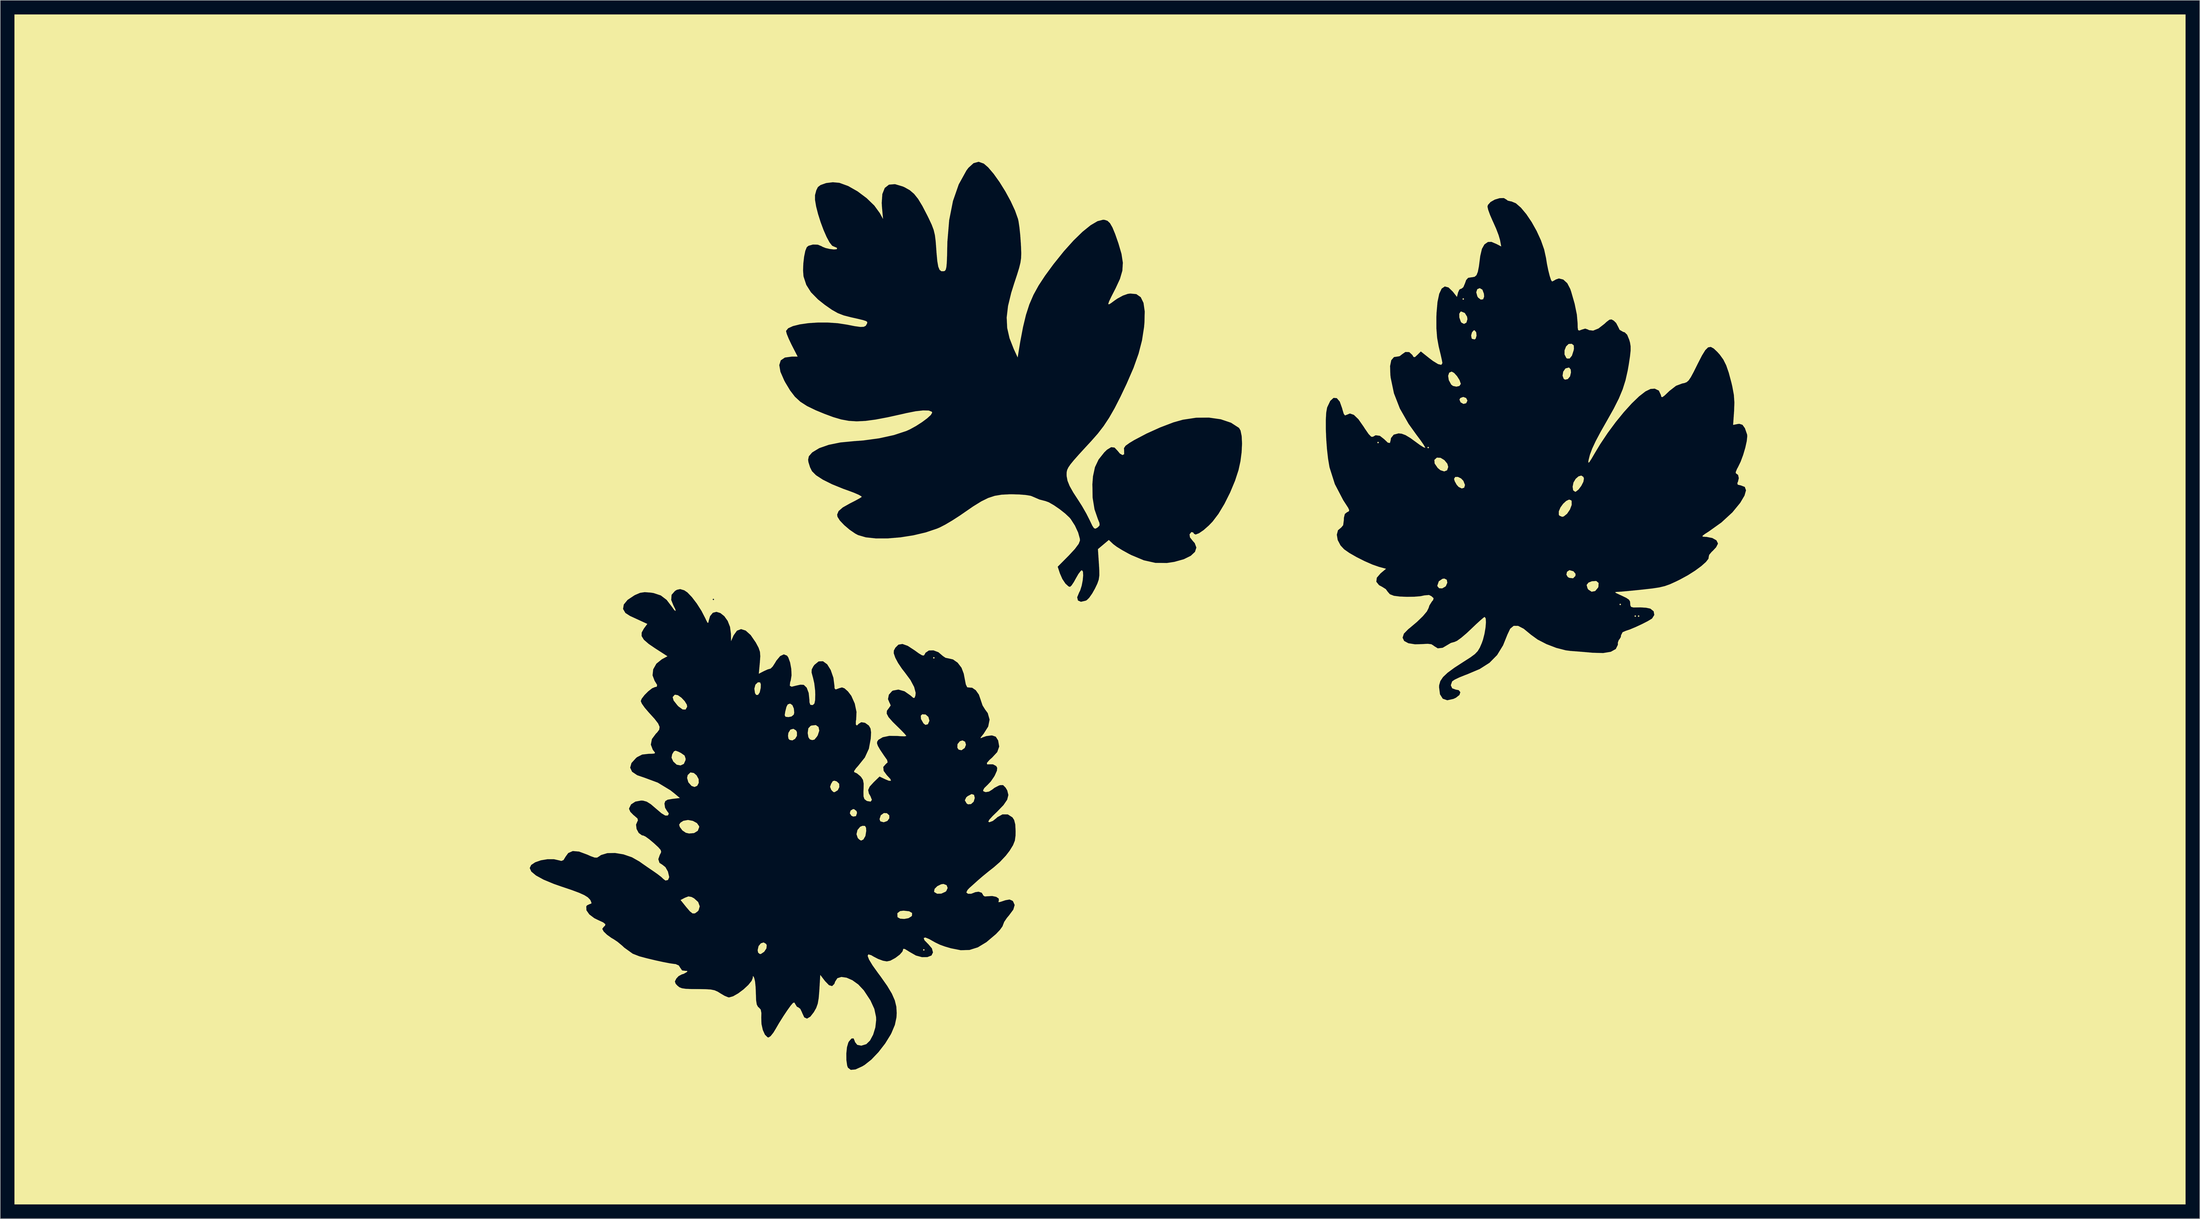
<source format=kicad_pcb>
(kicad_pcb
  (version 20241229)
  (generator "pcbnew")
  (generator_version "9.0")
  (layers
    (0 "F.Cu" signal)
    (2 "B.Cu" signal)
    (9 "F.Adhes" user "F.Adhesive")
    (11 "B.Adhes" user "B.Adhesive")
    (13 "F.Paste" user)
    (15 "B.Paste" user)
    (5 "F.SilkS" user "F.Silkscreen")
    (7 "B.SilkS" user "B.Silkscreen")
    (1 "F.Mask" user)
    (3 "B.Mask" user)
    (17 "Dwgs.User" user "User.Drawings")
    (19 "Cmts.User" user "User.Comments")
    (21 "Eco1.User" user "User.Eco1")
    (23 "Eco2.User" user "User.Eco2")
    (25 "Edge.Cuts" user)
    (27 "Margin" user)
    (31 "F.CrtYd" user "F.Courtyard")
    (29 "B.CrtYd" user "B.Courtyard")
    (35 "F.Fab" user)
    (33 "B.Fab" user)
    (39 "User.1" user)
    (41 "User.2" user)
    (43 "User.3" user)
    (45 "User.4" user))
  (footprint "Leafboard-Proto"
    (layer "F.Cu")
    (at 229.311 125.594)
    (property "Reference" "Leafboard-Proto" (at 0 0 0) (layer "F.SilkS") (effects (font (size 1.524 1.524) (thickness 0.3))))
    (attr through_hole)
    (fp_poly (pts (xy -37.042 72.143) (xy -37.218 72.319) (xy -37.394 72.143) (xy -37.218 71.967) (xy -37.042 72.143)) (stroke (width 0.01) (type solid)) (fill yes) (layer "F.SilkS"))
    (fp_poly (pts (xy -34.925 10.407) (xy -35.101 10.583) (xy -35.278 10.407) (xy -35.101 10.231) (xy -34.925 10.407)) (stroke (width 0.01) (type solid)) (fill yes) (layer "F.SilkS"))
    (fp_poly (pts (xy 58.914 -35.101) (xy 58.737 -34.925) (xy 58.561 -35.101) (xy 58.737 -35.278) (xy 58.914 -35.101)) (stroke (width 0.01) (type solid)) (fill yes) (layer "F.SilkS"))
    (fp_poly (pts (xy 69.497 -34.043) (xy 69.321 -33.867) (xy 69.144 -34.043) (xy 69.321 -34.219) (xy 69.497 -34.043)) (stroke (width 0.01) (type solid)) (fill yes) (layer "F.SilkS"))
    (fp_poly (pts (xy 76.906 -65.44) (xy 76.729 -65.264) (xy 76.553 -65.44) (xy 76.729 -65.617) (xy 76.906 -65.44)) (stroke (width 0.01) (type solid)) (fill yes) (layer "F.SilkS"))
    (fp_poly (pts (xy 110.067 -0.882) (xy 109.89 -0.706) (xy 109.714 -0.882) (xy 109.89 -1.058) (xy 110.067 -0.882)) (stroke (width 0.01) (type solid)) (fill yes) (layer "F.SilkS"))
    (fp_poly (pts (xy 113.242 1.587) (xy 113.065 1.764) (xy 112.889 1.587) (xy 113.065 1.411) (xy 113.242 1.587)) (stroke (width 0.01) (type solid)) (fill yes) (layer "F.SilkS"))
    (fp_poly (pts (xy 113.947 1.587) (xy 113.771 1.764) (xy 113.594 1.587) (xy 113.771 1.411) (xy 113.947 1.587)) (stroke (width 0.01) (type solid)) (fill yes) (layer "F.SilkS"))
    (fp_poly (pts (xy -51.948 42.4) (xy -51.433 42.8) (xy -51.329 43.191) (xy -51.55 43.862) (xy -52.134 43.959) (xy -52.527 43.774) (xy -52.843 43.266) (xy -52.685 42.703) (xy -52.182 42.392) (xy -51.948 42.4)) (stroke (width 0.01) (type solid)) (fill yes) (layer "F.SilkS"))
    (fp_poly (pts (xy -28.5 28.145) (xy -28.315 28.775) (xy -28.579 29.461) (xy -29.257 29.94) (xy -29.865 29.809) (xy -30.131 29.412) (xy -30.102 28.657) (xy -29.606 28.046) (xy -29.05 27.869) (xy -28.5 28.145)) (stroke (width 0.01) (type solid)) (fill yes) (layer "F.SilkS"))
    (fp_poly (pts (xy 77.338 -44.509) (xy 77.611 -43.97) (xy 77.35 -43.414) (xy 76.769 -43.265) (xy 76.172 -43.602) (xy 76.17 -43.604) (xy 75.928 -44.182) (xy 76.121 -44.512) (xy 76.727 -44.735) (xy 77.338 -44.509)) (stroke (width 0.01) (type solid)) (fill yes) (layer "F.SilkS"))
    (fp_poly (pts (xy -45.024 43.247) (xy -44.52 43.707) (xy -44.515 44.332) (xy -44.924 44.892) (xy -45.662 45.154) (xy -45.722 45.156) (xy -46.404 44.965) (xy -46.567 44.493) (xy -46.301 43.686) (xy -45.664 43.226) (xy -45.024 43.247)) (stroke (width 0.01) (type solid)) (fill yes) (layer "F.SilkS"))
    (fp_poly (pts (xy -36.838 22.388) (xy -36.254 22.903) (xy -36.045 23.671) (xy -36.055 23.754) (xy -36.362 24.445) (xy -36.878 24.578) (xy -37.287 24.265) (xy -37.811 23.347) (xy -37.856 22.644) (xy -37.56 22.349) (xy -36.838 22.388)) (stroke (width 0.01) (type solid)) (fill yes) (layer "F.SilkS"))
    (fp_poly (pts (xy -26.613 39.374) (xy -26.458 40.028) (xy -26.69 40.818) (xy -27.237 41.316) (xy -27.88 41.372) (xy -28.168 41.188) (xy -28.549 40.531) (xy -28.257 39.908) (xy -27.958 39.649) (xy -27.125 39.21) (xy -26.613 39.374)) (stroke (width 0.01) (type solid)) (fill yes) (layer "F.SilkS"))
    (fp_poly (pts (xy 79.464 -58.398) (xy 79.535 -57.693) (xy 79.353 -57.07) (xy 79.143 -56.896) (xy 78.607 -57.014) (xy 78.503 -57.135) (xy 78.397 -57.73) (xy 78.577 -58.386) (xy 78.928 -58.799) (xy 79.14 -58.816) (xy 79.464 -58.398)) (stroke (width 0.01) (type solid)) (fill yes) (layer "F.SilkS"))
    (fp_poly (pts (xy 80.767 -67.415) (xy 81.09 -66.56) (xy 81.139 -65.941) (xy 80.926 -65.383) (xy 80.435 -65.318) (xy 79.882 -65.735) (xy 79.713 -65.997) (xy 79.478 -66.859) (xy 79.69 -67.509) (xy 80.208 -67.733) (xy 80.767 -67.415)) (stroke (width 0.01) (type solid)) (fill yes) (layer "F.SilkS"))
    (fp_poly (pts (xy 100.008 -7.88) (xy 100.444 -7.348) (xy 100.428 -6.915) (xy 99.936 -6.409) (xy 99.148 -6.495) (xy 98.815 -6.673) (xy 98.517 -7.181) (xy 98.653 -7.776) (xy 99.127 -8.104) (xy 99.208 -8.108) (xy 100.008 -7.88)) (stroke (width 0.01) (type solid)) (fill yes) (layer "F.SilkS"))
    (fp_poly (pts (xy -85.802 34.755) (xy -85.222 35.249) (xy -84.785 36.052) (xy -84.769 36.848) (xy -85.088 37.458) (xy -85.657 37.703) (xy -86.284 37.482) (xy -86.953 36.721) (xy -87.219 35.798) (xy -87.094 35.199) (xy -86.523 34.638) (xy -85.802 34.755)) (stroke (width 0.01) (type solid)) (fill yes) (layer "F.SilkS"))
    (fp_poly (pts (xy -71.795 15.61) (xy -71.649 16.019) (xy -71.679 16.788) (xy -71.884 17.718) (xy -72.239 18.238) (xy -72.632 18.244) (xy -72.876 17.87) (xy -73.012 16.931) (xy -72.787 16.083) (xy -72.285 15.604) (xy -72.208 15.584) (xy -71.795 15.61)) (stroke (width 0.01) (type solid)) (fill yes) (layer "F.SilkS"))
    (fp_poly (pts (xy -70.542 70.88) (xy -70.408 71.136) (xy -70.466 71.822) (xy -70.936 72.534) (xy -71.598 72.983) (xy -71.845 73.025) (xy -72.212 72.726) (xy -72.319 72.214) (xy -72.12 71.339) (xy -71.638 70.759) (xy -71.053 70.572) (xy -70.542 70.88)) (stroke (width 0.01) (type solid)) (fill yes) (layer "F.SilkS"))
    (fp_poly (pts (xy -64.201 25.766) (xy -64.024 26.122) (xy -64.022 26.899) (xy -64.403 27.526) (xy -64.98 27.859) (xy -65.567 27.756) (xy -65.805 27.497) (xy -65.904 26.894) (xy -65.82 26.262) (xy -65.399 25.586) (xy -64.773 25.414) (xy -64.201 25.766)) (stroke (width 0.01) (type solid)) (fill yes) (layer "F.SilkS"))
    (fp_poly (pts (xy 71.927 -31.871) (xy 72.74 -31.382) (xy 73.359 -30.632) (xy 73.554 -29.948) (xy 73.315 -29.235) (xy 72.711 -28.998) (xy 71.913 -29.254) (xy 71.336 -29.73) (xy 70.691 -30.667) (xy 70.631 -31.425) (xy 71.155 -31.905) (xy 71.927 -31.871)) (stroke (width 0.01) (type solid)) (fill yes) (layer "F.SilkS"))
    (fp_poly (pts (xy 73.245 -6.088) (xy 73.364 -5.477) (xy 73.067 -4.783) (xy 72.954 -4.657) (xy 72.275 -4.272) (xy 71.626 -4.311) (xy 71.273 -4.738) (xy 71.261 -4.868) (xy 71.569 -5.768) (xy 72.341 -6.294) (xy 72.743 -6.35) (xy 73.245 -6.088)) (stroke (width 0.01) (type solid)) (fill yes) (layer "F.SilkS"))
    (fp_poly (pts (xy 76.271 -27.506) (xy 76.751 -27.003) (xy 77.093 -26.13) (xy 76.928 -25.561) (xy 76.422 -25.393) (xy 75.745 -25.725) (xy 75.338 -26.184) (xy 74.924 -26.931) (xy 74.789 -27.419) (xy 75.029 -27.818) (xy 75.599 -27.831) (xy 76.271 -27.506)) (stroke (width 0.01) (type solid)) (fill yes) (layer "F.SilkS"))
    (fp_poly (pts (xy 77.055 -62.483) (xy 77.533 -61.707) (xy 77.611 -61.174) (xy 77.393 -60.448) (xy 76.894 -60.179) (xy 76.35 -60.453) (xy 76.205 -60.668) (xy 75.901 -61.548) (xy 75.892 -62.327) (xy 76.167 -62.765) (xy 76.306 -62.794) (xy 77.055 -62.483)) (stroke (width 0.01) (type solid)) (fill yes) (layer "F.SilkS"))
    (fp_poly (pts (xy 99.42 -50.555) (xy 99.483 -49.93) (xy 99.286 -49.083) (xy 98.813 -48.518) (xy 98.241 -48.395) (xy 97.955 -48.566) (xy 97.711 -49.232) (xy 97.845 -50.072) (xy 98.284 -50.715) (xy 98.379 -50.775) (xy 99.072 -50.962) (xy 99.42 -50.555)) (stroke (width 0.01) (type solid)) (fill yes) (layer "F.SilkS"))
    (fp_poly (pts (xy 105.32 -5.407) (xy 105.272 -4.603) (xy 105.203 -4.435) (xy 104.597 -3.71) (xy 103.84 -3.569) (xy 103.147 -4.028) (xy 102.991 -4.271) (xy 102.793 -4.996) (xy 103.184 -5.49) (xy 103.893 -5.773) (xy 104.828 -5.831) (xy 105.32 -5.407)) (stroke (width 0.01) (type solid)) (fill yes) (layer "F.SilkS"))
    (fp_poly (pts (xy -55.591 36.55) (xy -55.105 37.028) (xy -55.066 37.727) (xy -55.4 38.397) (xy -56.033 38.783) (xy -56.254 38.806) (xy -56.534 38.574) (xy -56.779 38.299) (xy -57.018 37.669) (xy -56.809 37.064) (xy -56.453 36.481) (xy -56.096 36.38) (xy -55.591 36.55)) (stroke (width 0.01) (type solid)) (fill yes) (layer "F.SilkS"))
    (fp_poly (pts (xy -49.639 45.946) (xy -49.422 46.344) (xy -49.389 47.001) (xy -49.558 48.066) (xy -49.991 48.811) (xy -50.475 49.036) (xy -50.87 48.797) (xy -51.17 48.486) (xy -51.437 47.688) (xy -51.228 46.799) (xy -50.656 46.116) (xy -50.176 45.925) (xy -49.639 45.946)) (stroke (width 0.01) (type solid)) (fill yes) (layer "F.SilkS"))
    (fp_poly (pts (xy -40.322 63.988) (xy -39.704 64.339) (xy -39.71 64.871) (xy -39.842 65.061) (xy -40.463 65.434) (xy -41.347 65.598) (xy -42.2 65.541) (xy -42.734 65.251) (xy -42.773 65.176) (xy -42.805 64.393) (xy -42.235 63.948) (xy -41.51 63.858) (xy -40.322 63.988)) (stroke (width 0.01) (type solid)) (fill yes) (layer "F.SilkS"))
    (fp_poly (pts (xy -32.409 58.464) (xy -32.187 59.052) (xy -32.474 59.701) (xy -32.642 59.847) (xy -33.527 60.247) (xy -34.396 60.273) (xy -34.984 59.929) (xy -35.049 59.805) (xy -34.937 59.245) (xy -34.369 58.678) (xy -33.569 58.285) (xy -33.072 58.208) (xy -32.409 58.464)) (stroke (width 0.01) (type solid)) (fill yes) (layer "F.SilkS"))
    (fp_poly (pts (xy 100.067 -55.634) (xy 100.111 -54.963) (xy 100.048 -54.592) (xy 99.686 -53.466) (xy 99.197 -52.862) (xy 98.657 -52.858) (xy 98.498 -52.985) (xy 98.124 -53.721) (xy 98.135 -54.599) (xy 98.45 -55.407) (xy 98.987 -55.932) (xy 99.652 -55.967) (xy 100.067 -55.634)) (stroke (width 0.01) (type solid)) (fill yes) (layer "F.SilkS"))
    (fp_poly (pts (xy -89.172 18.31) (xy -88.436 18.827) (xy -87.74 19.559) (xy -87.281 20.306) (xy -87.209 20.75) (xy -87.545 21.336) (xy -88.169 21.315) (xy -89.023 20.695) (xy -89.258 20.455) (xy -90.065 19.433) (xy -90.27 18.718) (xy -89.882 18.262) (xy -89.749 18.204) (xy -89.172 18.31)) (stroke (width 0.01) (type solid)) (fill yes) (layer "F.SilkS"))
    (fp_poly (pts (xy -86.285 60.963) (xy -85.747 61.25) (xy -84.887 62.029) (xy -84.556 62.937) (xy -84.803 63.79) (xy -85.01 64.02) (xy -85.567 64.427) (xy -86.054 64.439) (xy -86.63 63.993) (xy -87.424 63.063) (xy -88.594 61.604) (xy -87.681 61.125) (xy -86.943 60.843) (xy -86.285 60.963)) (stroke (width 0.01) (type solid)) (fill yes) (layer "F.SilkS"))
    (fp_poly (pts (xy -64.984 20.412) (xy -64.676 21.132) (xy -64.596 21.978) (xy -64.686 22.401) (xy -65.154 22.799) (xy -65.81 22.931) (xy -66.423 22.867) (xy -66.602 22.534) (xy -66.485 21.784) (xy -66.23 20.765) (xy -65.964 20.267) (xy -65.575 20.114) (xy -65.426 20.108) (xy -64.984 20.412)) (stroke (width 0.01) (type solid)) (fill yes) (layer "F.SilkS"))
    (fp_poly (pts (xy 74.797 -49.811) (xy 75.415 -49.128) (xy 75.942 -48.292) (xy 76.197 -47.553) (xy 76.2 -47.482) (xy 75.92 -47.064) (xy 75.278 -46.919) (xy 74.568 -47.065) (xy 74.181 -47.36) (xy 73.677 -48.298) (xy 73.539 -49.198) (xy 73.761 -49.862) (xy 74.273 -50.094) (xy 74.797 -49.811)) (stroke (width 0.01) (type solid)) (fill yes) (layer "F.SilkS"))
    (fp_poly (pts (xy 102.101 -27.833) (xy 102.221 -27.487) (xy 102.101 -26.805) (xy 101.666 -25.949) (xy 101.082 -25.172) (xy 100.517 -24.726) (xy 100.37 -24.694) (xy 99.948 -25.002) (xy 99.836 -25.753) (xy 100.021 -26.662) (xy 100.481 -27.427) (xy 101.075 -27.946) (xy 101.662 -28.115) (xy 102.101 -27.833)) (stroke (width 0.01) (type solid)) (fill yes) (layer "F.SilkS"))
    (fp_poly (pts (xy -89.063 30.254) (xy -88.508 30.535) (xy -87.759 31.063) (xy -87.537 31.713) (xy -87.556 32.035) (xy -87.912 32.825) (xy -88.606 33.151) (xy -89.422 32.987) (xy -90.138 32.324) (xy -90.508 31.517) (xy -90.372 30.809) (xy -90.324 30.715) (xy -90.001 30.184) (xy -89.659 30.038) (xy -89.063 30.254)) (stroke (width 0.01) (type solid)) (fill yes) (layer "F.SilkS"))
    (fp_poly (pts (xy -86.005 44.879) (xy -85.144 45.348) (xy -84.689 45.998) (xy -84.667 46.183) (xy -84.969 46.968) (xy -85.749 47.447) (xy -86.813 47.538) (xy -87.489 47.38) (xy -88.213 46.89) (xy -88.764 46.154) (xy -88.9 45.674) (xy -88.613 45.246) (xy -88.004 44.861) (xy -87.037 44.686) (xy -86.005 44.879)) (stroke (width 0.01) (type solid)) (fill yes) (layer "F.SilkS"))
    (fp_poly (pts (xy -59.462 25.03) (xy -59.305 25.798) (xy -59.626 26.784) (xy -59.816 27.085) (xy -60.325 27.691) (xy -60.809 27.795) (xy -61.295 27.636) (xy -61.592 27.197) (xy -61.734 26.36) (xy -61.736 26.241) (xy -61.611 25.311) (xy -61.155 24.818) (xy -60.942 24.724) (xy -60.031 24.624) (xy -59.462 25.03)) (stroke (width 0.01) (type solid)) (fill yes) (layer "F.SilkS"))
    (fp_poly (pts (xy 99.538 -22.881) (xy 99.62 -22.73) (xy 99.633 -21.911) (xy 99.262 -20.935) (xy 98.655 -20.045) (xy 97.958 -19.484) (xy 97.622 -19.403) (xy 97.048 -19.645) (xy 96.92 -19.844) (xy 96.92 -20.561) (xy 97.264 -21.375) (xy 97.826 -22.151) (xy 98.477 -22.751) (xy 99.09 -23.04) (xy 99.538 -22.881)) (stroke (width 0.01) (type solid)) (fill yes) (layer "F.SilkS"))
    (fp_poly (pts (xy 229.306 125.942) (xy -229.306 125.942) (xy -229.306 54.843) (xy -120.474 54.843) (xy -120.132 55.596) (xy -119.138 56.425) (xy -117.536 57.303) (xy -115.372 58.204) (xy -113.801 58.752) (xy -111.632 59.483) (xy -110.043 60.075) (xy -108.932 60.576) (xy -108.2 61.035) (xy -107.745 61.5) (xy -107.595 61.74) (xy -107.401 62.28) (xy -107.69 62.44) (xy -107.772 62.442) (xy -108.371 62.727) (xy -108.529 62.974) (xy -108.489 63.779) (xy -107.882 64.647) (xy -106.822 65.449) (xy -106.031 65.838) (xy -104.948 66.338) (xy -104.482 66.721) (xy -104.573 67.054) (xy -104.775 67.204) (xy -105.114 67.644) (xy -105.128 67.74) (xy -104.85 68.261) (xy -104.143 68.947) (xy -103.197 69.627) (xy -102.751 69.882) (xy -101.931 70.43) (xy -100.94 71.252) (xy -100.491 71.676) (xy -98.711 72.955) (xy -97.305 73.506) (xy -95.711 73.93) (xy -93.989 74.344) (xy -92.323 74.708) (xy -90.898 74.983) (xy -89.899 75.128) (xy -89.667 75.142) (xy -88.973 75.445) (xy -88.724 75.847) (xy -88.278 76.493) (xy -87.454 76.593) (xy -87.312 76.569) (xy -87.154 76.659) (xy -87.312 76.846) (xy -87.947 77.204) (xy -88.329 77.312) (xy -89.027 77.687) (xy -89.501 78.203) (xy -89.807 78.814) (xy -89.644 79.302) (xy -89.279 79.702) (xy -88.857 80.043) (xy -88.311 80.259) (xy -87.483 80.378) (xy -86.214 80.426) (xy -85.035 80.433) (xy -83.372 80.45) (xy -82.228 80.524) (xy -81.418 80.689) (xy -80.757 80.979) (xy -80.223 81.315) (xy -79.301 81.859) (xy -78.538 82.168) (xy -78.356 82.196) (xy -77.507 81.958) (xy -76.431 81.345) (xy -75.303 80.501) (xy -74.297 79.568) (xy -73.59 78.692) (xy -73.353 78.087) (xy -73.305 77.657) (xy -73.149 77.861) (xy -73.025 78.14) (xy -72.87 78.836) (xy -72.753 79.991) (xy -72.697 81.36) (xy -72.697 81.4) (xy -72.647 82.82) (xy -72.507 83.696) (xy -72.243 84.189) (xy -72.055 84.34) (xy -71.674 84.755) (xy -71.532 85.491) (xy -71.561 86.471) (xy -71.513 87.817) (xy -71.231 89.079) (xy -70.781 90.073) (xy -70.231 90.615) (xy -70.01 90.664) (xy -69.575 90.376) (xy -68.984 89.631) (xy -68.527 88.878) (xy -67.796 87.62) (xy -66.869 86.143) (xy -66.089 84.973) (xy -65.327 83.908) (xy -64.852 83.364) (xy -64.574 83.268) (xy -64.402 83.546) (xy -64.39 83.584) (xy -64.021 84.168) (xy -63.704 84.314) (xy -63.309 84.617) (xy -62.951 85.358) (xy -62.921 85.458) (xy -62.476 86.413) (xy -61.893 86.679) (xy -61.179 86.255) (xy -60.444 85.306) (xy -59.943 84.421) (xy -59.62 83.513) (xy -59.42 82.358) (xy -59.286 80.734) (xy -59.279 80.61) (xy -59.09 77.435) (xy -58.094 78.737) (xy -57.254 79.609) (xy -56.589 79.806) (xy -56.11 79.329) (xy -55.951 78.862) (xy -55.479 78.134) (xy -54.631 77.867) (xy -53.532 78.025) (xy -52.301 78.567) (xy -51.063 79.457) (xy -49.938 80.654) (xy -49.839 80.786) (xy -48.495 82.826) (xy -47.674 84.619) (xy -47.315 86.313) (xy -47.288 86.96) (xy -47.461 88.54) (xy -47.924 90.06) (xy -48.588 91.305) (xy -49.365 92.062) (xy -49.377 92.069) (xy -50.423 92.385) (xy -51.279 92.213) (xy -51.763 91.6) (xy -51.797 91.437) (xy -52.054 90.843) (xy -52.5 90.87) (xy -53.036 91.497) (xy -53.176 91.75) (xy -53.456 92.718) (xy -53.592 94.046) (xy -53.579 95.441) (xy -53.413 96.606) (xy -53.255 97.04) (xy -52.654 97.51) (xy -51.647 97.42) (xy -50.226 96.769) (xy -49.706 96.457) (xy -48.293 95.338) (xy -46.794 93.764) (xy -45.38 91.937) (xy -44.222 90.061) (xy -44.049 89.725) (xy -43.327 88.004) (xy -42.992 86.424) (xy -42.938 85.491) (xy -43.018 84.141) (xy -43.34 82.816) (xy -43.963 81.393) (xy -44.945 79.75) (xy -46.342 77.763) (xy -46.887 77.034) (xy -48.052 75.405) (xy -48.786 74.188) (xy -49.08 73.41) (xy -48.929 73.096) (xy -48.324 73.274) (xy -47.832 73.566) (xy -46.883 74.058) (xy -45.849 74.44) (xy -45.037 74.584) (xy -44.297 74.432) (xy -43.337 73.913) (xy -43.172 73.81) (xy -42.295 73.145) (xy -41.74 72.513) (xy -41.641 72.242) (xy -41.558 71.918) (xy -41.233 71.956) (xy -40.521 72.387) (xy -40.331 72.515) (xy -38.886 73.343) (xy -37.599 73.689) (xy -36.467 73.67) (xy -35.597 73.336) (xy -35.276 72.678) (xy -35.508 71.822) (xy -36.299 70.89) (xy -36.367 70.833) (xy -37.073 70.107) (xy -37.239 69.639) (xy -36.898 69.526) (xy -36.081 69.864) (xy -36.049 69.882) (xy -34.783 70.593) (xy -33.793 71.067) (xy -32.758 71.44) (xy -31.503 71.808) (xy -29.428 72.217) (xy -27.574 72.165) (xy -25.807 71.611) (xy -23.993 70.513) (xy -21.999 68.826) (xy -21.96 68.79) (xy -21.145 67.931) (xy -20.6 67.178) (xy -20.461 66.806) (xy -20.237 66.229) (xy -19.665 65.387) (xy -19.226 64.865) (xy -18.309 63.634) (xy -18.023 62.655) (xy -18.361 61.885) (xy -18.513 61.742) (xy -19.111 61.489) (xy -19.982 61.641) (xy -20.154 61.699) (xy -21.054 61.998) (xy -21.434 62.059) (xy -21.434 61.89) (xy -21.368 61.776) (xy -21.382 61.301) (xy -21.913 60.929) (xy -22.772 60.75) (xy -23.463 60.786) (xy -24.347 60.844) (xy -24.683 60.615) (xy -24.694 60.52) (xy -24.987 60.061) (xy -25.655 59.839) (xy -26.384 59.944) (xy -26.507 60.01) (xy -27.218 60.277) (xy -27.886 60.276) (xy -28.219 60.014) (xy -28.222 59.972) (xy -27.983 59.483) (xy -27.605 59.075) (xy -26.966 58.506) (xy -26.09 57.718) (xy -25.738 57.4) (xy -24.795 56.588) (xy -23.566 55.583) (xy -22.424 54.686) (xy -21.144 53.564) (xy -19.897 52.238) (xy -19.087 51.188) (xy -18.365 50.011) (xy -17.982 49.05) (xy -17.837 47.971) (xy -17.822 47.067) (xy -17.894 45.626) (xy -18.134 44.681) (xy -18.494 44.127) (xy -19.476 43.5) (xy -20.601 43.49) (xy -21.685 44.09) (xy -21.872 44.274) (xy -22.637 44.882) (xy -23.36 45.155) (xy -23.394 45.156) (xy -23.598 45.027) (xy -23.367 44.605) (xy -22.662 43.835) (xy -21.745 42.947) (xy -20.39 41.549) (xy -19.604 40.402) (xy -19.35 39.397) (xy -19.591 38.427) (xy -19.943 37.839) (xy -20.471 37.306) (xy -21.117 37.318) (xy -21.381 37.409) (xy -22.272 37.869) (xy -22.806 38.278) (xy -23.45 38.674) (xy -24.147 38.794) (xy -24.623 38.618) (xy -24.694 38.415) (xy -24.441 37.944) (xy -23.829 37.344) (xy -23.803 37.324) (xy -23.068 36.552) (xy -22.35 35.504) (xy -22.194 35.218) (xy -21.77 34.262) (xy -21.712 33.666) (xy -21.918 33.282) (xy -22.608 32.913) (xy -23.174 32.907) (xy -23.838 32.93) (xy -23.892 32.624) (xy -23.334 31.982) (xy -22.798 31.511) (xy -21.707 30.337) (xy -21.287 29.161) (xy -21.509 27.896) (xy -21.53 27.843) (xy -22.014 27.077) (xy -22.752 26.819) (xy -22.997 26.811) (xy -24.043 26.952) (xy -24.794 27.217) (xy -25.208 27.404) (xy -25.199 27.247) (xy -24.745 26.665) (xy -24.594 26.484) (xy -23.614 24.938) (xy -23.319 23.461) (xy -23.711 22.084) (xy -24.275 21.319) (xy -24.805 20.47) (xy -25.167 19.401) (xy -25.175 19.359) (xy -25.584 18.18) (xy -26.244 17.246) (xy -27.01 16.722) (xy -27.539 16.689) (xy -28.05 16.633) (xy -28.338 16.031) (xy -28.379 15.837) (xy -28.601 14.684) (xy -28.781 13.75) (xy -29.258 12.492) (xy -30.074 11.427) (xy -31.054 10.74) (xy -31.738 10.583) (xy -32.632 10.395) (xy -33.18 10.031) (xy -34.131 9.22) (xy -35.183 8.821) (xy -36.153 8.851) (xy -36.857 9.329) (xy -37.024 9.651) (xy -37.212 9.918) (xy -37.579 9.876) (xy -38.253 9.475) (xy -39.143 8.831) (xy -40.607 7.874) (xy -41.728 7.473) (xy -42.584 7.617) (xy -43.226 8.257) (xy -43.555 8.872) (xy -43.574 9.448) (xy -43.282 10.3) (xy -43.215 10.461) (xy -42.661 11.498) (xy -41.84 12.72) (xy -41.241 13.486) (xy -40.05 15.095) (xy -39.265 16.576) (xy -38.943 17.809) (xy -39 18.401) (xy -39.187 18.872) (xy -39.447 18.868) (xy -39.999 18.384) (xy -40.001 18.382) (xy -41.293 17.477) (xy -42.591 17.112) (xy -43.741 17.327) (xy -43.927 17.434) (xy -44.606 18.202) (xy -44.794 19.138) (xy -44.441 19.974) (xy -44.402 20.015) (xy -44.221 20.478) (xy -44.579 20.993) (xy -45.017 21.585) (xy -45.065 22.199) (xy -44.674 22.948) (xy -43.798 23.947) (xy -43.039 24.694) (xy -42.068 25.646) (xy -41.331 26.41) (xy -40.95 26.859) (xy -40.922 26.917) (xy -41.239 26.992) (xy -42.056 26.978) (xy -42.85 26.914) (xy -44.517 26.898) (xy -45.889 27.185) (xy -46.814 27.732) (xy -47.081 28.134) (xy -47.11 28.498) (xy -46.92 29.035) (xy -46.449 29.852) (xy -45.642 31.056) (xy -44.979 31.997) (xy -44.866 32.508) (xy -45.244 32.845) (xy -45.789 33.471) (xy -45.71 34.304) (xy -45.017 35.242) (xy -44.979 35.278) (xy -44.281 36.029) (xy -44.163 36.405) (xy -44.617 36.382) (xy -45.335 36.087) (xy -46.572 35.497) (xy -47.804 36.691) (xy -48.656 37.62) (xy -48.98 38.349) (xy -48.824 39.087) (xy -48.488 39.667) (xy -48.193 40.426) (xy -48.447 40.799) (xy -49.154 40.685) (xy -49.363 40.583) (xy -49.762 40.259) (xy -49.947 39.712) (xy -49.968 38.743) (xy -49.942 38.215) (xy -49.918 36.99) (xy -50.066 36.206) (xy -50.449 35.608) (xy -50.65 35.395) (xy -51.345 34.825) (xy -51.896 34.573) (xy -51.914 34.572) (xy -51.945 34.35) (xy -51.557 33.779) (xy -51.087 33.249) (xy -49.671 31.48) (xy -48.82 29.628) (xy -48.419 27.454) (xy -48.352 26.17) (xy -48.466 25.35) (xy -48.796 24.768) (xy -48.865 24.689) (xy -49.64 24.135) (xy -50.431 24.01) (xy -50.976 24.342) (xy -51.354 24.717) (xy -51.571 24.498) (xy -51.567 23.788) (xy -51.503 23.449) (xy -51.432 21.838) (xy -51.803 20.067) (xy -52.529 18.439) (xy -53.238 17.507) (xy -53.965 16.855) (xy -54.502 16.657) (xy -55.114 16.826) (xy -55.193 16.861) (xy -55.835 17.093) (xy -56.065 16.865) (xy -56.094 16.308) (xy -56.312 14.621) (xy -56.885 12.97) (xy -57.628 11.773) (xy -58.521 11.12) (xy -59.438 11.159) (xy -60.323 11.883) (xy -60.562 12.214) (xy -60.898 12.856) (xy -60.934 13.497) (xy -60.682 14.446) (xy -60.642 14.568) (xy -60.363 15.787) (xy -60.184 17.286) (xy -60.15 18.16) (xy -60.186 19.376) (xy -60.327 20.052) (xy -60.617 20.346) (xy -60.766 20.39) (xy -61.189 20.333) (xy -61.362 19.826) (xy -61.383 19.275) (xy -61.537 17.819) (xy -61.956 16.709) (xy -62.574 16.117) (xy -62.581 16.114) (xy -63.282 16.077) (xy -64.206 16.281) (xy -64.214 16.283) (xy -65.135 16.512) (xy -65.525 16.307) (xy -65.453 15.595) (xy -65.317 15.17) (xy -65.15 14.097) (xy -65.21 12.748) (xy -65.455 11.398) (xy -65.844 10.321) (xy -66.111 9.938) (xy -66.79 9.667) (xy -67.568 10.036) (xy -68.369 10.999) (xy -68.627 11.441) (xy -69.135 12.234) (xy -69.572 12.672) (xy -69.666 12.702) (xy -70.208 12.855) (xy -71.019 13.222) (xy -71.048 13.237) (xy -72.07 13.77) (xy -71.85 11.412) (xy -71.757 10.078) (xy -71.825 9.135) (xy -72.117 8.275) (xy -72.695 7.191) (xy -72.714 7.159) (xy -73.789 5.591) (xy -74.841 4.644) (xy -75.824 4.331) (xy -76.693 4.666) (xy -77.405 5.66) (xy -77.452 5.766) (xy -77.936 6.879) (xy -77.95 5.357) (xy -78.149 3.865) (xy -78.651 2.592) (xy -79.362 1.598) (xy -80.185 0.942) (xy -81.025 0.682) (xy -81.786 0.878) (xy -82.371 1.59) (xy -82.632 2.469) (xy -82.747 2.987) (xy -82.904 2.985) (xy -83.205 2.409) (xy -83.356 2.077) (xy -84.178 0.486) (xy -85.163 -1.063) (xy -85.83 -1.94) (xy -81.844 -1.94) (xy -81.668 -1.764) (xy -81.492 -1.94) (xy -81.668 -2.117) (xy -81.844 -1.94) (xy -85.83 -1.94) (xy -86.192 -2.416) (xy -87.148 -3.416) (xy -87.816 -3.87) (xy -88.684 -4.129) (xy -89.368 -3.981) (xy -89.78 -3.738) (xy -90.504 -2.912) (xy -90.582 -1.823) (xy -90.135 -0.706) (xy -89.706 0.159) (xy -89.649 0.517) (xy -89.926 0.316) (xy -90.405 -0.353) (xy -91.546 -1.85) (xy -92.774 -2.784) (xy -94.288 -3.287) (xy -94.881 -3.381) (xy -96.172 -3.48) (xy -97.156 -3.334) (xy -98.207 -2.882) (xy -98.357 -2.803) (xy -99.795 -1.846) (xy -100.599 -0.868) (xy -100.757 0.076) (xy -100.256 0.931) (xy -99.294 1.553) (xy -98.073 2.116) (xy -96.853 2.679) (xy -96.852 2.679) (xy -95.631 3.242) (xy -96.359 4.227) (xy -96.817 5.054) (xy -96.834 5.809) (xy -96.357 6.586) (xy -95.333 7.476) (xy -93.997 8.389) (xy -91.38 10.076) (xy -92.568 10.716) (xy -93.715 11.643) (xy -94.386 12.834) (xy -94.526 14.11) (xy -94.078 15.295) (xy -94.026 15.367) (xy -93.558 16.133) (xy -93.634 16.513) (xy -93.99 16.581) (xy -94.602 16.835) (xy -95.413 17.464) (xy -96.22 18.27) (xy -96.819 19.052) (xy -97.014 19.554) (xy -96.785 20.096) (xy -96.182 20.952) (xy -95.335 21.942) (xy -95.299 21.982) (xy -94.087 23.317) (xy -93.345 24.284) (xy -93.035 25.003) (xy -93.115 25.593) (xy -93.547 26.174) (xy -93.818 26.439) (xy -94.663 27.578) (xy -94.886 28.761) (xy -94.469 29.856) (xy -94.313 30.047) (xy -94.007 30.439) (xy -94.102 30.628) (xy -94.719 30.687) (xy -95.345 30.692) (xy -96.711 30.847) (xy -97.778 31.39) (xy -98.003 31.569) (xy -98.976 32.643) (xy -99.255 33.624) (xy -98.851 34.491) (xy -97.771 35.224) (xy -96.22 35.755) (xy -93.423 36.792) (xy -90.746 38.415) (xy -89.918 39.067) (xy -88.757 40.04) (xy -90.328 40.217) (xy -91.334 40.39) (xy -91.832 40.691) (xy -92.015 41.216) (xy -91.877 42.1) (xy -91.5 42.737) (xy -91.096 43.292) (xy -91.205 43.628) (xy -91.362 43.74) (xy -91.846 43.736) (xy -92.636 43.259) (xy -93.758 42.307) (xy -94.885 41.344) (xy -95.743 40.807) (xy -96.523 40.59) (xy -96.926 40.569) (xy -98.149 40.794) (xy -99.058 41.384) (xy -99.474 42.215) (xy -99.483 42.364) (xy -99.215 42.967) (xy -98.553 43.647) (xy -98.398 43.764) (xy -97.702 44.374) (xy -97.612 44.811) (xy -97.692 44.917) (xy -98.013 45.667) (xy -97.895 46.593) (xy -97.441 47.435) (xy -96.756 47.933) (xy -96.468 47.978) (xy -96.001 48.2) (xy -95.197 48.782) (xy -94.238 49.59) (xy -93.3 50.456) (xy -92.814 51.017) (xy -92.698 51.429) (xy -92.87 51.848) (xy -92.973 52.01) (xy -93.311 52.968) (xy -93.058 53.753) (xy -92.449 54.145) (xy -91.804 54.657) (xy -91.277 55.589) (xy -91.022 56.654) (xy -91.017 56.814) (xy -91.265 57.37) (xy -91.798 57.482) (xy -92.269 57.121) (xy -92.672 56.732) (xy -93.478 56.109) (xy -94.319 55.52) (xy -95.525 54.698) (xy -96.689 53.889) (xy -97.285 53.463) (xy -98.873 52.561) (xy -100.654 51.95) (xy -102.453 51.653) (xy -104.095 51.692) (xy -105.403 52.089) (xy -105.837 52.391) (xy -106.233 52.635) (xy -106.75 52.624) (xy -107.581 52.327) (xy -108.299 52.004) (xy -110.044 51.357) (xy -111.373 51.245) (xy -112.335 51.671) (xy -112.888 52.429) (xy -113.336 53.16) (xy -113.797 53.338) (xy -114.124 53.247) (xy -115.343 52.971) (xy -116.731 52.971) (xy -118.113 53.203) (xy -119.314 53.623) (xy -120.159 54.188) (xy -120.474 54.843) (xy -229.306 54.843) (xy -229.306 -51.47) (xy -67.757 -51.47) (xy -67.51 -50.049) (xy -66.704 -48.205) (xy -66.464 -47.763) (xy -65.453 -46.086) (xy -64.449 -44.778) (xy -63.308 -43.723) (xy -61.886 -42.807) (xy -60.039 -41.913) (xy -58.208 -41.158) (xy -56.361 -40.472) (xy -54.689 -39.979) (xy -53.074 -39.679) (xy -51.4 -39.574) (xy -49.547 -39.664) (xy -47.4 -39.952) (xy -44.841 -40.437) (xy -41.752 -41.121) (xy -40.887 -41.322) (xy -38.944 -41.708) (xy -37.343 -41.887) (xy -36.178 -41.857) (xy -35.544 -41.618) (xy -35.454 -41.41) (xy -35.742 -40.927) (xy -36.506 -40.228) (xy -37.593 -39.419) (xy -38.853 -38.608) (xy -40.134 -37.902) (xy -40.912 -37.547) (xy -43.544 -36.682) (xy -46.656 -36) (xy -50.036 -35.541) (xy -52.035 -35.394) (xy -54.843 -35.123) (xy -57.303 -34.622) (xy -59.305 -33.923) (xy -60.737 -33.057) (xy -60.862 -32.946) (xy -61.507 -32.201) (xy -61.665 -31.461) (xy -61.595 -30.954) (xy -61.259 -29.875) (xy -60.844 -29.038) (xy -59.993 -28.185) (xy -58.546 -27.245) (xy -56.595 -26.271) (xy -54.237 -25.312) (xy -53.353 -24.997) (xy -51.999 -24.496) (xy -50.975 -24.052) (xy -50.409 -23.723) (xy -50.349 -23.598) (xy -50.786 -23.315) (xy -51.668 -22.83) (xy -52.806 -22.249) (xy -52.819 -22.243) (xy -54.339 -21.388) (xy -55.225 -20.618) (xy -55.533 -19.874) (xy -55.46 -19.403) (xy -54.962 -18.611) (xy -54.043 -17.642) (xy -52.895 -16.664) (xy -51.709 -15.85) (xy -51.109 -15.532) (xy -49.471 -15.055) (xy -47.332 -14.826) (xy -44.843 -14.83) (xy -42.156 -15.054) (xy -39.425 -15.482) (xy -36.802 -16.101) (xy -34.439 -16.896) (xy -33.842 -17.15) (xy -32.671 -17.754) (xy -31.182 -18.636) (xy -29.619 -19.646) (xy -28.903 -20.141) (xy -26.798 -21.594) (xy -25.083 -22.654) (xy -23.609 -23.381) (xy -22.224 -23.834) (xy -20.777 -24.072) (xy -19.116 -24.155) (xy -18.664 -24.159) (xy -17.091 -24.12) (xy -15.705 -24.01) (xy -14.713 -23.849) (xy -14.43 -23.756) (xy -12.793 -23.051) (xy -11.616 -22.745) (xy -11.576 -22.74) (xy -10.819 -22.464) (xy -9.737 -21.841) (xy -8.522 -21.005) (xy -7.363 -20.091) (xy -6.451 -19.233) (xy -6.192 -18.929) (xy -5.302 -17.543) (xy -4.621 -16.069) (xy -4.262 -14.767) (xy -4.233 -14.396) (xy -4.51 -13.684) (xy -5.311 -12.607) (xy -6.588 -11.226) (xy -8.943 -8.853) (xy -8.475 -7.434) (xy -7.957 -6.252) (xy -7.302 -5.273) (xy -6.648 -4.68) (xy -6.342 -4.586) (xy -6.013 -4.876) (xy -5.514 -5.623) (xy -5.115 -6.35) (xy -4.56 -7.317) (xy -4.067 -7.957) (xy -3.825 -8.114) (xy -3.608 -7.809) (xy -3.56 -7.028) (xy -3.656 -5.976) (xy -3.87 -4.854) (xy -4.178 -3.866) (xy -4.42 -3.386) (xy -4.829 -2.392) (xy -4.665 -1.707) (xy -4.031 -1.43) (xy -3.029 -1.663) (xy -2.797 -1.777) (xy -2.288 -2.272) (xy -1.639 -3.199) (xy -1.064 -4.222) (xy -0.561 -5.268) (xy -0.266 -6.109) (xy -0.141 -6.98) (xy -0.148 -8.12) (xy -0.226 -9.433) (xy -0.437 -12.567) (xy 0.713 -13.534) (xy 1.863 -14.501) (xy 2.783 -13.627) (xy 3.519 -13.073) (xy 4.686 -12.348) (xy 6.074 -11.582) (xy 6.605 -11.311) (xy 9.259 -10.201) (xy 11.714 -9.653) (xy 14.155 -9.636) (xy 15.706 -9.872) (xy 17.697 -10.427) (xy 19.163 -11.147) (xy 20.065 -11.987) (xy 20.361 -12.902) (xy 20.011 -13.846) (xy 19.623 -14.277) (xy 19.007 -15.056) (xy 18.915 -15.679) (xy 19.296 -16.177) (xy 19.697 -16.08) (xy 19.83 -15.828) (xy 20.191 -15.645) (xy 20.91 -15.919) (xy 21.88 -16.582) (xy 22.991 -17.562) (xy 23.79 -18.394) (xy 25.021 -20.017) (xy 26.288 -22.13) (xy 27.49 -24.532) (xy 28.527 -27.02) (xy 29.263 -29.273) (xy 29.672 -31.139) (xy 29.921 -33.064) (xy 30.008 -34.894) (xy 29.93 -36.474) (xy 29.687 -37.649) (xy 29.369 -38.196) (xy 27.682 -39.289) (xy 25.949 -39.874) (xy 47.692 -39.874) (xy 47.695 -37.955) (xy 47.78 -35.838) (xy 47.94 -33.69) (xy 48.168 -31.677) (xy 48.457 -29.965) (xy 48.489 -29.816) (xy 49.601 -26.311) (xy 51.377 -22.908) (xy 51.841 -22.192) (xy 52.427 -21.286) (xy 52.642 -20.79) (xy 52.517 -20.533) (xy 52.194 -20.386) (xy 51.713 -20.006) (xy 51.52 -19.219) (xy 51.506 -18.746) (xy 51.36 -17.631) (xy 50.968 -17.155) (xy 50.263 -16.563) (xy 50.016 -15.619) (xy 50.204 -14.49) (xy 50.806 -13.342) (xy 51.564 -12.529) (xy 52.656 -11.762) (xy 54.178 -10.888) (xy 55.89 -10.025) (xy 57.554 -9.294) (xy 58.932 -8.815) (xy 58.942 -8.812) (xy 60.414 -8.416) (xy 59.264 -7.456) (xy 58.465 -6.525) (xy 58.359 -5.675) (xy 58.939 -4.948) (xy 59.598 -4.595) (xy 60.37 -4.108) (xy 60.774 -3.552) (xy 61.228 -3.031) (xy 62.086 -2.699) (xy 63.322 -2.544) (xy 64.837 -2.479) (xy 66.381 -2.503) (xy 67.705 -2.612) (xy 68.517 -2.785) (xy 69.494 -2.872) (xy 70.01 -2.614) (xy 70.461 -2.198) (xy 70.362 -1.802) (xy 70.095 -1.486) (xy 69.583 -0.673) (xy 69.402 -0.112) (xy 69.045 0.598) (xy 68.198 1.604) (xy 66.957 2.806) (xy 65.417 4.105) (xy 65.122 4.337) (xy 64.187 5.295) (xy 63.909 6.148) (xy 64.241 6.845) (xy 65.136 7.331) (xy 66.548 7.554) (xy 67.938 7.516) (xy 69.218 7.445) (xy 69.997 7.541) (xy 70.464 7.831) (xy 70.521 7.896) (xy 71.347 8.408) (xy 72.384 8.291) (xy 73.282 7.761) (xy 74.129 7.259) (xy 74.877 7.056) (xy 75.418 6.817) (xy 76.317 6.167) (xy 77.447 5.205) (xy 78.294 4.41) (xy 79.424 3.33) (xy 80.372 2.464) (xy 81.023 1.911) (xy 81.252 1.764) (xy 81.468 2.075) (xy 81.52 2.891) (xy 81.428 4.033) (xy 81.211 5.325) (xy 80.889 6.59) (xy 80.654 7.26) (xy 80.225 8.254) (xy 79.782 8.989) (xy 79.177 9.619) (xy 78.262 10.297) (xy 76.889 11.177) (xy 76.861 11.195) (xy 74.862 12.491) (xy 73.417 13.557) (xy 72.451 14.473) (xy 71.884 15.318) (xy 71.64 16.173) (xy 71.614 16.615) (xy 71.814 18.129) (xy 72.402 19.056) (xy 73.355 19.384) (xy 74.653 19.098) (xy 75.181 18.853) (xy 75.93 18.265) (xy 76.125 17.671) (xy 75.77 17.237) (xy 75.144 17.117) (xy 74.394 16.847) (xy 74.106 16.206) (xy 74.373 15.425) (xy 74.426 15.358) (xy 74.933 15.017) (xy 75.921 14.546) (xy 77.198 14.033) (xy 77.542 13.907) (xy 80.201 12.783) (xy 82.276 11.462) (xy 83.886 9.829) (xy 85.147 7.766) (xy 86.073 5.472) (xy 86.65 4.256) (xy 87.381 3.65) (xy 88.315 3.654) (xy 89.501 4.268) (xy 90.989 5.494) (xy 91.017 5.519) (xy 92.437 6.551) (xy 94.306 7.516) (xy 96.371 8.309) (xy 98.375 8.826) (xy 99.368 8.955) (xy 100.821 9.064) (xy 102.572 9.209) (xy 104.069 9.341) (xy 106.266 9.403) (xy 107.901 9.136) (xy 108.953 8.55) (xy 109.396 7.656) (xy 109.394 7.17) (xy 109.599 6.617) (xy 109.705 6.532) (xy 110.01 6.029) (xy 110.067 5.63) (xy 110.389 4.998) (xy 111.037 4.716) (xy 111.929 4.415) (xy 113.155 3.901) (xy 114.481 3.285) (xy 115.676 2.675) (xy 116.505 2.18) (xy 116.63 2.086) (xy 117.093 1.341) (xy 116.952 0.565) (xy 116.254 0.005) (xy 116.247 0.003) (xy 115.359 -0.185) (xy 114.16 -0.262) (xy 113.69 -0.253) (xy 112.674 -0.237) (xy 112.179 -0.367) (xy 112.018 -0.725) (xy 112.007 -1.018) (xy 111.961 -1.516) (xy 111.729 -1.894) (xy 111.172 -2.27) (xy 110.147 -2.764) (xy 109.714 -2.959) (xy 108.969 -3.313) (xy 108.828 -3.477) (xy 109.243 -3.528) (xy 109.361 -3.531) (xy 110.041 -3.575) (xy 111.255 -3.681) (xy 112.835 -3.833) (xy 114.615 -4.016) (xy 114.751 -4.031) (xy 116.688 -4.252) (xy 118.134 -4.472) (xy 119.3 -4.749) (xy 120.398 -5.141) (xy 121.639 -5.705) (xy 122.512 -6.135) (xy 124.171 -7.039) (xy 125.706 -8.014) (xy 127.015 -8.978) (xy 127.993 -9.849) (xy 128.539 -10.546) (xy 128.583 -10.943) (xy 128.688 -11.368) (xy 129.215 -11.998) (xy 129.446 -12.206) (xy 130.143 -12.953) (xy 130.511 -13.662) (xy 130.528 -13.798) (xy 130.205 -14.441) (xy 129.344 -14.923) (xy 128.11 -15.164) (xy 127.771 -15.176) (xy 127.304 -15.215) (xy 127.272 -15.375) (xy 127.735 -15.74) (xy 128.588 -16.287) (xy 131.273 -18.206) (xy 133.586 -20.335) (xy 135.247 -22.361) (xy 136.144 -23.882) (xy 136.463 -25.001) (xy 136.204 -25.72) (xy 135.379 -26.041) (xy 134.718 -26.192) (xy 134.631 -26.525) (xy 134.76 -26.809) (xy 134.944 -27.574) (xy 134.788 -28.26) (xy 134.361 -28.574) (xy 134.336 -28.575) (xy 134.283 -28.839) (xy 134.555 -29.508) (xy 134.77 -29.898) (xy 135.33 -31.046) (xy 135.863 -32.484) (xy 136.313 -34.006) (xy 136.621 -35.403) (xy 136.73 -36.468) (xy 136.691 -36.815) (xy 136.231 -38.137) (xy 135.713 -38.854) (xy 135.049 -39.063) (xy 134.704 -39.023) (xy 133.739 -38.83) (xy 133.944 -41.734) (xy 134.009 -43.559) (xy 133.895 -45.184) (xy 133.567 -46.967) (xy 133.376 -47.776) (xy 132.819 -49.861) (xy 132.279 -51.423) (xy 131.675 -52.634) (xy 130.929 -53.671) (xy 130.419 -54.24) (xy 129.65 -54.975) (xy 129.02 -55.32) (xy 128.45 -55.224) (xy 127.855 -54.635) (xy 127.156 -53.504) (xy 126.27 -51.779) (xy 126.18 -51.597) (xy 125.381 -49.992) (xy 124.798 -48.91) (xy 124.342 -48.239) (xy 123.922 -47.867) (xy 123.45 -47.68) (xy 122.99 -47.592) (xy 121.682 -47.103) (xy 120.281 -46.016) (xy 120.129 -45.869) (xy 119.284 -45.062) (xy 118.81 -44.706) (xy 118.582 -44.75) (xy 118.479 -45.141) (xy 118.475 -45.164) (xy 118.048 -46.082) (xy 117.18 -46.498) (xy 116.287 -46.433) (xy 115.217 -45.913) (xy 113.872 -44.867) (xy 112.328 -43.38) (xy 110.66 -41.539) (xy 108.941 -39.43) (xy 107.248 -37.141) (xy 105.654 -34.756) (xy 104.495 -32.827) (xy 103.785 -31.606) (xy 103.358 -30.959) (xy 103.169 -30.834) (xy 103.171 -31.181) (xy 103.208 -31.397) (xy 103.493 -32.533) (xy 103.98 -33.836) (xy 104.717 -35.412) (xy 105.755 -37.365) (xy 107.073 -39.684) (xy 108.51 -42.24) (xy 109.599 -44.404) (xy 110.41 -46.354) (xy 111.012 -48.266) (xy 111.474 -50.318) (xy 111.695 -51.58) (xy 111.958 -53.312) (xy 112.089 -54.539) (xy 112.089 -55.449) (xy 111.964 -56.23) (xy 111.796 -56.821) (xy 111.355 -57.889) (xy 110.836 -58.402) (xy 110.508 -58.497) (xy 109.762 -58.927) (xy 109.498 -59.476) (xy 109.036 -60.364) (xy 108.54 -60.86) (xy 108.049 -61.129) (xy 107.605 -61.068) (xy 106.994 -60.605) (xy 106.552 -60.193) (xy 105.293 -59.216) (xy 104.166 -58.761) (xy 103.276 -58.867) (xy 103.107 -58.981) (xy 102.491 -59.191) (xy 101.766 -58.973) (xy 101.247 -58.771) (xy 100.99 -58.88) (xy 100.903 -59.44) (xy 100.894 -60.304) (xy 100.73 -62.162) (xy 100.263 -64.45) (xy 99.534 -66.984) (xy 99.342 -67.557) (xy 98.704 -68.785) (xy 97.859 -69.559) (xy 96.937 -69.791) (xy 96.317 -69.585) (xy 95.723 -69.243) (xy 95.488 -69.144) (xy 95.275 -69.464) (xy 94.996 -70.309) (xy 94.694 -71.507) (xy 94.413 -72.886) (xy 94.22 -74.107) (xy 93.825 -75.911) (xy 93.139 -77.856) (xy 92.235 -79.827) (xy 91.182 -81.71) (xy 90.051 -83.39) (xy 88.913 -84.753) (xy 87.839 -85.686) (xy 86.9 -86.073) (xy 86.803 -86.078) (xy 86.128 -86.24) (xy 85.901 -86.431) (xy 85.319 -86.78) (xy 84.411 -86.763) (xy 83.397 -86.46) (xy 82.497 -85.952) (xy 81.932 -85.317) (xy 81.844 -84.959) (xy 81.993 -84.292) (xy 82.384 -83.212) (xy 82.941 -81.932) (xy 83.048 -81.705) (xy 83.671 -80.303) (xy 84.185 -78.958) (xy 84.485 -77.941) (xy 84.498 -77.876) (xy 84.745 -76.554) (xy 83.736 -77.08) (xy 82.695 -77.522) (xy 81.955 -77.509) (xy 81.264 -77.029) (xy 81.178 -76.945) (xy 80.671 -76.042) (xy 80.318 -74.546) (xy 80.258 -74.095) (xy 80.034 -72.347) (xy 79.808 -71.185) (xy 79.53 -70.492) (xy 79.148 -70.151) (xy 78.611 -70.044) (xy 78.484 -70.04) (xy 77.76 -69.92) (xy 77.34 -69.451) (xy 77.095 -68.76) (xy 76.749 -67.949) (xy 76.368 -67.629) (xy 76.301 -67.638) (xy 75.919 -67.45) (xy 75.636 -66.837) (xy 75.398 -65.89) (xy 74.539 -66.988) (xy 73.624 -67.884) (xy 72.832 -68.099) (xy 72.171 -67.649) (xy 71.651 -66.549) (xy 71.284 -64.815) (xy 71.079 -62.463) (xy 71.048 -61.56) (xy 71.054 -59.183) (xy 71.208 -57.227) (xy 71.534 -55.417) (xy 71.64 -54.975) (xy 71.962 -53.649) (xy 72.201 -52.575) (xy 72.315 -51.946) (xy 72.319 -51.888) (xy 72.09 -51.526) (xy 71.419 -51.682) (xy 70.334 -52.347) (xy 69.56 -52.933) (xy 67.767 -54.361) (xy 67.053 -53.647) (xy 66.527 -53.166) (xy 66.24 -53.183) (xy 65.965 -53.63) (xy 65.322 -54.222) (xy 64.499 -54.246) (xy 63.849 -53.794) (xy 63.3 -53.369) (xy 63.012 -53.307) (xy 62.098 -53.174) (xy 61.52 -52.502) (xy 61.266 -51.259) (xy 61.325 -49.416) (xy 61.394 -48.802) (xy 62.085 -45.506) (xy 63.334 -42.286) (xy 65.186 -39.041) (xy 66.836 -36.74) (xy 67.691 -35.598) (xy 68.329 -34.677) (xy 68.661 -34.109) (xy 68.684 -33.994) (xy 68.345 -34.105) (xy 67.63 -34.551) (xy 66.941 -35.052) (xy 65.559 -36.06) (xy 64.54 -36.673) (xy 63.724 -36.973) (xy 63.065 -37.042) (xy 62.045 -36.774) (xy 61.464 -36.055) (xy 61.383 -35.56) (xy 61.237 -35.005) (xy 60.795 -35.082) (xy 60.051 -35.792) (xy 60.038 -35.807) (xy 59.123 -36.524) (xy 58.22 -36.648) (xy 57.624 -36.316) (xy 57.286 -36.336) (xy 56.735 -36.906) (xy 55.933 -38.068) (xy 55.701 -38.435) (xy 54.588 -40.026) (xy 53.626 -40.955) (xy 52.785 -41.246) (xy 52.068 -40.95) (xy 51.751 -40.831) (xy 51.493 -41.164) (xy 51.22 -42.06) (xy 51.154 -42.329) (xy 50.648 -43.752) (xy 50.019 -44.492) (xy 49.328 -44.546) (xy 48.636 -43.912) (xy 48.005 -42.589) (xy 47.958 -42.45) (xy 47.777 -41.428) (xy 47.692 -39.874) (xy 25.949 -39.874) (xy 25.518 -40.02) (xy 23.01 -40.377) (xy 20.293 -40.351) (xy 17.501 -39.928) (xy 15.522 -39.373) (xy 12.703 -38.299) (xy 9.84 -37.004) (xy 7.236 -35.631) (xy 6.249 -35.037) (xy 5.397 -34.427) (xy 5.055 -33.917) (xy 5.09 -33.313) (xy 5.098 -32.636) (xy 4.754 -32.456) (xy 4.202 -32.772) (xy 3.737 -33.337) (xy 3.078 -34.039) (xy 2.356 -34.126) (xy 1.48 -33.591) (xy 0.892 -33.02) (xy -0.305 -31.51) (xy -1.073 -29.891) (xy -1.49 -27.953) (xy -1.615 -26.301) (xy -1.565 -23.421) (xy -1.163 -20.97) (xy -0.467 -18.954) (xy -0.122 -18.09) (xy -0.091 -17.608) (xy -0.387 -17.254) (xy -0.56 -17.121) (xy -0.948 -16.897) (xy -1.261 -16.989) (xy -1.613 -17.506) (xy -2.116 -18.556) (xy -2.163 -18.658) (xy -2.884 -20.084) (xy -3.797 -21.677) (xy -4.501 -22.785) (xy -5.651 -24.554) (xy -6.416 -25.918) (xy -6.858 -27.016) (xy -7.041 -27.987) (xy -7.056 -28.38) (xy -7.034 -28.866) (xy -6.928 -29.329) (xy -6.678 -29.848) (xy -6.226 -30.505) (xy -5.509 -31.38) (xy -4.47 -32.554) (xy -3.048 -34.108) (xy -1.852 -35.4) (xy -0.464 -36.977) (xy 0.768 -38.575) (xy 1.925 -40.325) (xy 3.089 -42.358) (xy 4.339 -44.805) (xy 5.618 -47.498) (xy 7.081 -50.87) (xy 8.149 -53.87) (xy 8.873 -56.672) (xy 9.304 -59.451) (xy 9.392 -60.421) (xy 9.45 -62.826) (xy 9.193 -64.619) (xy 8.607 -65.828) (xy 7.674 -66.48) (xy 6.38 -66.602) (xy 5.856 -66.528) (xy 4.848 -66.173) (xy 3.658 -65.526) (xy 3.024 -65.088) (xy 2.306 -64.553) (xy 1.878 -64.305) (xy 1.747 -64.41) (xy 1.919 -64.934) (xy 2.402 -65.945) (xy 3.202 -67.509) (xy 3.3 -67.698) (xy 4.221 -69.691) (xy 4.727 -71.424) (xy 4.83 -73.114) (xy 4.545 -74.977) (xy 3.893 -77.205) (xy 3.204 -79.181) (xy 2.631 -80.569) (xy 2.112 -81.467) (xy 1.583 -81.971) (xy 0.982 -82.176) (xy 0.64 -82.197) (xy -0.527 -81.899) (xy -1.991 -81.036) (xy -3.699 -79.656) (xy -5.599 -77.806) (xy -7.637 -75.535) (xy -9.759 -72.89) (xy -9.925 -72.672) (xy -11.614 -70.366) (xy -12.972 -68.299) (xy -14.057 -66.328) (xy -14.929 -64.306) (xy -15.644 -62.09) (xy -16.26 -59.534) (xy -16.837 -56.495) (xy -17.139 -54.681) (xy -17.395 -53.093) (xy -18.222 -54.891) (xy -19.106 -57.146) (xy -19.602 -59.313) (xy -19.708 -61.539) (xy -19.424 -63.969) (xy -18.749 -66.75) (xy -18.138 -68.701) (xy -17.508 -70.607) (xy -17.073 -72.022) (xy -16.801 -73.127) (xy -16.664 -74.102) (xy -16.632 -75.126) (xy -16.675 -76.378) (xy -16.722 -77.258) (xy -16.846 -78.977) (xy -17.017 -80.589) (xy -17.207 -81.864) (xy -17.32 -82.374) (xy -17.948 -84.141) (xy -18.869 -86.127) (xy -19.989 -88.182) (xy -21.217 -90.157) (xy -22.461 -91.904) (xy -23.63 -93.274) (xy -24.544 -94.065) (xy -25.638 -94.454) (xy -26.715 -94.159) (xy -27.797 -93.173) (xy -28.222 -92.605) (xy -29.849 -89.659) (xy -31.065 -86.154) (xy -31.865 -82.11) (xy -32.245 -77.545) (xy -32.27 -76.553) (xy -32.312 -74.539) (xy -32.368 -73.123) (xy -32.453 -72.2) (xy -32.582 -71.66) (xy -32.768 -71.398) (xy -32.972 -71.316) (xy -33.499 -71.311) (xy -33.884 -71.6) (xy -34.161 -72.277) (xy -34.364 -73.439) (xy -34.525 -75.181) (xy -34.573 -75.855) (xy -34.707 -77.637) (xy -34.873 -78.955) (xy -35.133 -80.047) (xy -35.55 -81.153) (xy -36.188 -82.513) (xy -36.473 -83.091) (xy -37.522 -85.114) (xy -38.422 -86.6) (xy -39.276 -87.67) (xy -40.186 -88.447) (xy -41.255 -89.051) (xy -41.659 -89.232) (xy -43.307 -89.724) (xy -44.578 -89.619) (xy -45.471 -88.92) (xy -45.984 -87.628) (xy -46.115 -85.746) (xy -46.056 -84.783) (xy -45.836 -82.374) (xy -46.527 -83.626) (xy -47.672 -85.196) (xy -49.3 -86.771) (xy -51.206 -88.198) (xy -53.186 -89.325) (xy -55.035 -89.998) (xy -55.068 -90.005) (xy -56.449 -90.127) (xy -57.859 -89.953) (xy -59.035 -89.535) (xy -59.595 -89.105) (xy -59.932 -88.429) (xy -60.193 -87.454) (xy -60.207 -87.375) (xy -60.202 -86.367) (xy -59.968 -84.989) (xy -59.557 -83.379) (xy -59.017 -81.675) (xy -58.399 -80.016) (xy -57.753 -78.54) (xy -57.129 -77.386) (xy -56.578 -76.692) (xy -56.283 -76.553) (xy -55.662 -76.3) (xy -55.529 -76.146) (xy -55.658 -75.953) (xy -56.249 -75.92) (xy -57.087 -76.019) (xy -57.955 -76.219) (xy -58.638 -76.492) (xy -58.784 -76.591) (xy -59.607 -76.93) (xy -60.647 -76.958) (xy -61.572 -76.697) (xy -61.941 -76.398) (xy -62.256 -75.623) (xy -62.51 -74.385) (xy -62.677 -72.924) (xy -62.73 -71.481) (xy -62.643 -70.295) (xy -62.617 -70.155) (xy -62.048 -68.425) (xy -61.062 -66.862) (xy -59.563 -65.334) (xy -58.134 -64.201) (xy -56.633 -63.153) (xy -55.39 -62.45) (xy -54.139 -61.966) (xy -52.666 -61.585) (xy -51.051 -61.221) (xy -50.009 -60.965) (xy -49.426 -60.771) (xy -49.187 -60.592) (xy -49.177 -60.382) (xy -49.246 -60.189) (xy -49.489 -59.78) (xy -49.913 -59.566) (xy -50.644 -59.542) (xy -51.811 -59.703) (xy -53.446 -60.024) (xy -55.408 -60.328) (xy -57.501 -60.473) (xy -59.609 -60.472) (xy -61.617 -60.338) (xy -63.406 -60.083) (xy -64.863 -59.721) (xy -65.869 -59.263) (xy -66.31 -58.723) (xy -66.32 -58.621) (xy -66.165 -58.034) (xy -65.757 -57.031) (xy -65.18 -55.814) (xy -65.097 -55.651) (xy -63.875 -53.269) (xy -65.122 -53.269) (xy -66.565 -53.072) (xy -67.442 -52.475) (xy -67.757 -51.47) (xy -229.306 -51.47) (xy -229.306 -125.589) (xy 229.306 -125.589) (xy 229.306 125.942)) (stroke (width 0.01) (type solid)) (fill yes) (layer "F.SilkS")))
  (gr_rect
    (start -3 -3)
    (end 461.621 254.541)
    (stroke (width 0.1) (type default))
    (fill no)
    (layer "Edge.Cuts")))
</source>
